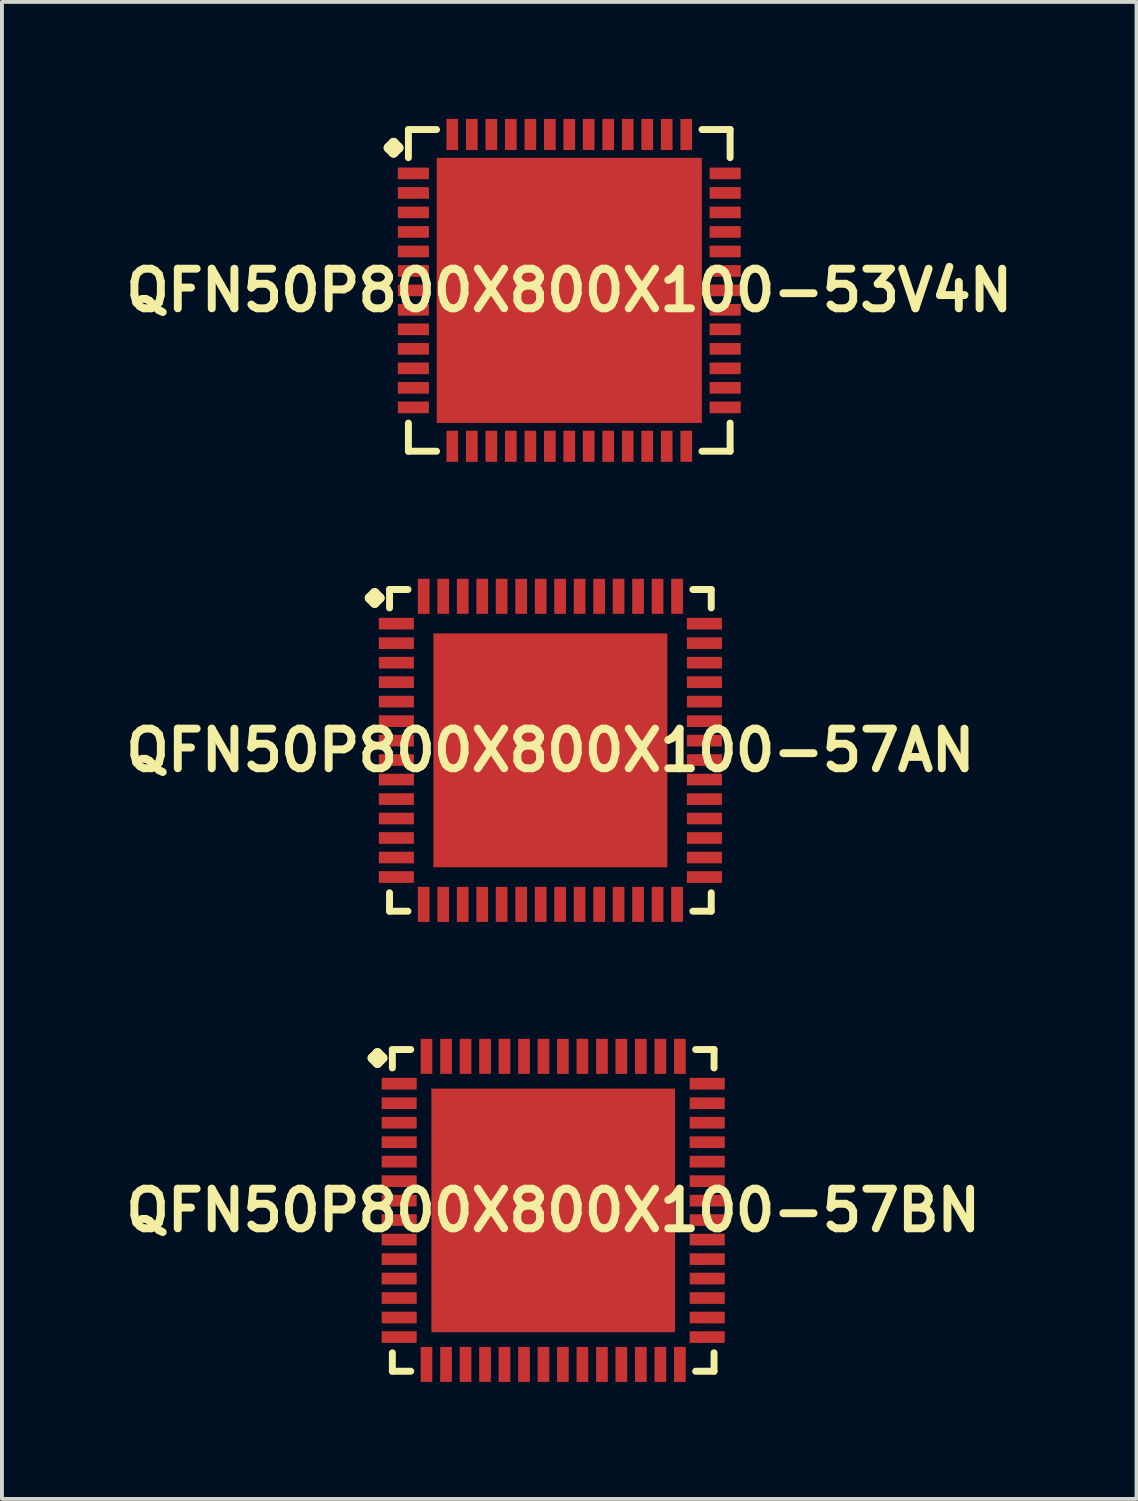
<source format=kicad_pcb>
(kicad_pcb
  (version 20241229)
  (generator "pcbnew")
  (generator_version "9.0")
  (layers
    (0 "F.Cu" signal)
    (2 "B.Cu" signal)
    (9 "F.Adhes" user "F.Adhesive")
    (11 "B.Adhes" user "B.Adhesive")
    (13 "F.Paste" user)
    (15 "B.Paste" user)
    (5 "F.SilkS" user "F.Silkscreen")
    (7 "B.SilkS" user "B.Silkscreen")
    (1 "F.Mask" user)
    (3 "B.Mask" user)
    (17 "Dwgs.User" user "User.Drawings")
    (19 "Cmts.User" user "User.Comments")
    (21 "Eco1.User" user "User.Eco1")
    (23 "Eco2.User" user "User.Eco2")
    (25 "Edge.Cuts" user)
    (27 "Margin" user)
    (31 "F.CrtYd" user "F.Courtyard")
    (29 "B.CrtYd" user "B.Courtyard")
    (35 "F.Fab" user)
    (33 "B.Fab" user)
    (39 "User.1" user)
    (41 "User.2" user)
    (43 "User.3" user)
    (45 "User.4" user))
  (footprint "QFN50P800X800X100-57BN"
    (layer "F.Cu")
    (at 11.137 27.991)
    (property "Reference" "QFN50P800X800X100-57BN" (at 0 0 0) (layer "F.SilkS") (effects (font (size 1.016 1.016) (thickness 0.203))))
    (attr smd)
    (fp_line (start -4.633 -3.907) (end -4.506 -4.034) (stroke (width 0.254) (type solid)) (layer "F.SilkS"))
    (fp_line (start -4.506 -4.034) (end -4.379 -3.907) (stroke (width 0.254) (type solid)) (layer "F.SilkS"))
    (fp_line (start -4.506 -3.78) (end -4.633 -3.907) (stroke (width 0.254) (type solid)) (layer "F.SilkS"))
    (fp_line (start -4.379 -3.907) (end -4.506 -3.78) (stroke (width 0.254) (type solid)) (layer "F.SilkS"))
    (fp_line (start -4.125 -4.125) (end -3.653 -4.125) (stroke (width 0.178) (type solid)) (layer "F.SilkS"))
    (fp_line (start -4.125 -3.653) (end -4.125 -4.125) (stroke (width 0.178) (type solid)) (layer "F.SilkS"))
    (fp_line (start -4.125 3.653) (end -4.125 4.125) (stroke (width 0.178) (type solid)) (layer "F.SilkS"))
    (fp_line (start -4.125 4.125) (end -3.653 4.125) (stroke (width 0.178) (type solid)) (layer "F.SilkS"))
    (fp_line (start 3.653 -4.125) (end 4.125 -4.125) (stroke (width 0.178) (type solid)) (layer "F.SilkS"))
    (fp_line (start 3.653 4.125) (end 4.125 4.125) (stroke (width 0.178) (type solid)) (layer "F.SilkS"))
    (fp_line (start 4.125 -4.125) (end 4.125 -3.653) (stroke (width 0.178) (type solid)) (layer "F.SilkS"))
    (fp_line (start 4.125 4.125) (end 4.125 3.653) (stroke (width 0.178) (type solid)) (layer "F.SilkS"))
    (pad "1" smd rect (at -3.95 -3.249) (size 0.899 0.3) (layers "F.Cu" "F.Mask" "F.Paste"))
    (pad "2" smd rect (at -3.95 -2.748) (size 0.899 0.3) (layers "F.Cu" "F.Mask" "F.Paste"))
    (pad "3" smd rect (at -3.95 -2.248) (size 0.899 0.3) (layers "F.Cu" "F.Mask" "F.Paste"))
    (pad "4" smd rect (at -3.95 -1.748) (size 0.899 0.3) (layers "F.Cu" "F.Mask" "F.Paste"))
    (pad "5" smd rect (at -3.95 -1.25) (size 0.899 0.3) (layers "F.Cu" "F.Mask" "F.Paste"))
    (pad "6" smd rect (at -3.95 -0.749) (size 0.899 0.3) (layers "F.Cu" "F.Mask" "F.Paste"))
    (pad "7" smd rect (at -3.95 -0.249) (size 0.899 0.3) (layers "F.Cu" "F.Mask" "F.Paste"))
    (pad "8" smd rect (at -3.95 0.249) (size 0.899 0.3) (layers "F.Cu" "F.Mask" "F.Paste"))
    (pad "9" smd rect (at -3.95 0.749) (size 0.899 0.3) (layers "F.Cu" "F.Mask" "F.Paste"))
    (pad "10" smd rect (at -3.95 1.25) (size 0.899 0.3) (layers "F.Cu" "F.Mask" "F.Paste"))
    (pad "11" smd rect (at -3.95 1.748) (size 0.899 0.3) (layers "F.Cu" "F.Mask" "F.Paste"))
    (pad "12" smd rect (at -3.95 2.248) (size 0.899 0.3) (layers "F.Cu" "F.Mask" "F.Paste"))
    (pad "13" smd rect (at -3.95 2.748) (size 0.899 0.3) (layers "F.Cu" "F.Mask" "F.Paste"))
    (pad "14" smd rect (at -3.95 3.249) (size 0.899 0.3) (layers "F.Cu" "F.Mask" "F.Paste"))
    (pad "15" smd rect (at -3.249 3.95) (size 0.3 0.899) (layers "F.Cu" "F.Mask" "F.Paste"))
    (pad "16" smd rect (at -2.748 3.95) (size 0.3 0.899) (layers "F.Cu" "F.Mask" "F.Paste"))
    (pad "17" smd rect (at -2.248 3.95) (size 0.3 0.899) (layers "F.Cu" "F.Mask" "F.Paste"))
    (pad "18" smd rect (at -1.748 3.95) (size 0.3 0.899) (layers "F.Cu" "F.Mask" "F.Paste"))
    (pad "19" smd rect (at -1.25 3.95) (size 0.3 0.899) (layers "F.Cu" "F.Mask" "F.Paste"))
    (pad "20" smd rect (at -0.749 3.95) (size 0.3 0.899) (layers "F.Cu" "F.Mask" "F.Paste"))
    (pad "21" smd rect (at -0.249 3.95) (size 0.3 0.899) (layers "F.Cu" "F.Mask" "F.Paste"))
    (pad "22" smd rect (at 0.249 3.95) (size 0.3 0.899) (layers "F.Cu" "F.Mask" "F.Paste"))
    (pad "23" smd rect (at 0.749 3.95) (size 0.3 0.899) (layers "F.Cu" "F.Mask" "F.Paste"))
    (pad "24" smd rect (at 1.25 3.95) (size 0.3 0.899) (layers "F.Cu" "F.Mask" "F.Paste"))
    (pad "25" smd rect (at 1.748 3.95) (size 0.3 0.899) (layers "F.Cu" "F.Mask" "F.Paste"))
    (pad "26" smd rect (at 2.248 3.95) (size 0.3 0.899) (layers "F.Cu" "F.Mask" "F.Paste"))
    (pad "27" smd rect (at 2.748 3.95) (size 0.3 0.899) (layers "F.Cu" "F.Mask" "F.Paste"))
    (pad "28" smd rect (at 3.249 3.95) (size 0.3 0.899) (layers "F.Cu" "F.Mask" "F.Paste"))
    (pad "29" smd rect (at 3.95 3.249) (size 0.899 0.3) (layers "F.Cu" "F.Mask" "F.Paste"))
    (pad "30" smd rect (at 3.95 2.748) (size 0.899 0.3) (layers "F.Cu" "F.Mask" "F.Paste"))
    (pad "31" smd rect (at 3.95 2.248) (size 0.899 0.3) (layers "F.Cu" "F.Mask" "F.Paste"))
    (pad "32" smd rect (at 3.95 1.748) (size 0.899 0.3) (layers "F.Cu" "F.Mask" "F.Paste"))
    (pad "33" smd rect (at 3.95 1.25) (size 0.899 0.3) (layers "F.Cu" "F.Mask" "F.Paste"))
    (pad "34" smd rect (at 3.95 0.749) (size 0.899 0.3) (layers "F.Cu" "F.Mask" "F.Paste"))
    (pad "35" smd rect (at 3.95 0.249) (size 0.899 0.3) (layers "F.Cu" "F.Mask" "F.Paste"))
    (pad "36" smd rect (at 3.95 -0.249) (size 0.899 0.3) (layers "F.Cu" "F.Mask" "F.Paste"))
    (pad "37" smd rect (at 3.95 -0.749) (size 0.899 0.3) (layers "F.Cu" "F.Mask" "F.Paste"))
    (pad "38" smd rect (at 3.95 -1.25) (size 0.899 0.3) (layers "F.Cu" "F.Mask" "F.Paste"))
    (pad "39" smd rect (at 3.95 -1.748) (size 0.899 0.3) (layers "F.Cu" "F.Mask" "F.Paste"))
    (pad "40" smd rect (at 3.95 -2.248) (size 0.899 0.3) (layers "F.Cu" "F.Mask" "F.Paste"))
    (pad "41" smd rect (at 3.95 -2.748) (size 0.899 0.3) (layers "F.Cu" "F.Mask" "F.Paste"))
    (pad "42" smd rect (at 3.95 -3.249) (size 0.899 0.3) (layers "F.Cu" "F.Mask" "F.Paste"))
    (pad "43" smd rect (at 3.249 -3.95) (size 0.3 0.899) (layers "F.Cu" "F.Mask" "F.Paste"))
    (pad "44" smd rect (at 2.748 -3.95) (size 0.3 0.899) (layers "F.Cu" "F.Mask" "F.Paste"))
    (pad "45" smd rect (at 2.248 -3.95) (size 0.3 0.899) (layers "F.Cu" "F.Mask" "F.Paste"))
    (pad "46" smd rect (at 1.748 -3.95) (size 0.3 0.899) (layers "F.Cu" "F.Mask" "F.Paste"))
    (pad "47" smd rect (at 1.25 -3.95) (size 0.3 0.899) (layers "F.Cu" "F.Mask" "F.Paste"))
    (pad "48" smd rect (at 0.749 -3.95) (size 0.3 0.899) (layers "F.Cu" "F.Mask" "F.Paste"))
    (pad "49" smd rect (at 0.249 -3.95) (size 0.3 0.899) (layers "F.Cu" "F.Mask" "F.Paste"))
    (pad "50" smd rect (at -0.249 -3.95) (size 0.3 0.899) (layers "F.Cu" "F.Mask" "F.Paste"))
    (pad "51" smd rect (at -0.749 -3.95) (size 0.3 0.899) (layers "F.Cu" "F.Mask" "F.Paste"))
    (pad "52" smd rect (at -1.25 -3.95) (size 0.3 0.899) (layers "F.Cu" "F.Mask" "F.Paste"))
    (pad "53" smd rect (at -1.748 -3.95) (size 0.3 0.899) (layers "F.Cu" "F.Mask" "F.Paste"))
    (pad "54" smd rect (at -2.248 -3.95) (size 0.3 0.899) (layers "F.Cu" "F.Mask" "F.Paste"))
    (pad "55" smd rect (at -2.748 -3.95) (size 0.3 0.899) (layers "F.Cu" "F.Mask" "F.Paste"))
    (pad "56" smd rect (at -3.249 -3.95) (size 0.3 0.899) (layers "F.Cu" "F.Mask" "F.Paste"))
    (pad "57" smd rect (at 0 0) (size 6.248 6.248) (layers "F.Cu" "F.Mask" "F.Paste")))
  (footprint "QFN50P800X800X100-57AN"
    (layer "F.Cu")
    (at 11.065 16.193)
    (property "Reference" "QFN50P800X800X100-57AN" (at 0 0 0) (layer "F.SilkS") (effects (font (size 1.016 1.016) (thickness 0.203))))
    (attr smd)
    (fp_line (start -4.633 -3.907) (end -4.506 -4.034) (stroke (width 0.254) (type solid)) (layer "F.SilkS"))
    (fp_line (start -4.506 -4.034) (end -4.379 -3.907) (stroke (width 0.254) (type solid)) (layer "F.SilkS"))
    (fp_line (start -4.506 -3.78) (end -4.633 -3.907) (stroke (width 0.254) (type solid)) (layer "F.SilkS"))
    (fp_line (start -4.379 -3.907) (end -4.506 -3.78) (stroke (width 0.254) (type solid)) (layer "F.SilkS"))
    (fp_line (start -4.125 -4.125) (end -3.653 -4.125) (stroke (width 0.178) (type solid)) (layer "F.SilkS"))
    (fp_line (start -4.125 -3.653) (end -4.125 -4.125) (stroke (width 0.178) (type solid)) (layer "F.SilkS"))
    (fp_line (start -4.125 3.653) (end -4.125 4.125) (stroke (width 0.178) (type solid)) (layer "F.SilkS"))
    (fp_line (start -4.125 4.125) (end -3.653 4.125) (stroke (width 0.178) (type solid)) (layer "F.SilkS"))
    (fp_line (start 3.653 -4.125) (end 4.125 -4.125) (stroke (width 0.178) (type solid)) (layer "F.SilkS"))
    (fp_line (start 3.653 4.125) (end 4.125 4.125) (stroke (width 0.178) (type solid)) (layer "F.SilkS"))
    (fp_line (start 4.125 -4.125) (end 4.125 -3.653) (stroke (width 0.178) (type solid)) (layer "F.SilkS"))
    (fp_line (start 4.125 4.125) (end 4.125 3.653) (stroke (width 0.178) (type solid)) (layer "F.SilkS"))
    (pad "1" smd rect (at -3.95 -3.249) (size 0.899 0.3) (layers "F.Cu" "F.Mask" "F.Paste"))
    (pad "2" smd rect (at -3.95 -2.748) (size 0.899 0.3) (layers "F.Cu" "F.Mask" "F.Paste"))
    (pad "3" smd rect (at -3.95 -2.248) (size 0.899 0.3) (layers "F.Cu" "F.Mask" "F.Paste"))
    (pad "4" smd rect (at -3.95 -1.748) (size 0.899 0.3) (layers "F.Cu" "F.Mask" "F.Paste"))
    (pad "5" smd rect (at -3.95 -1.25) (size 0.899 0.3) (layers "F.Cu" "F.Mask" "F.Paste"))
    (pad "6" smd rect (at -3.95 -0.749) (size 0.899 0.3) (layers "F.Cu" "F.Mask" "F.Paste"))
    (pad "7" smd rect (at -3.95 -0.249) (size 0.899 0.3) (layers "F.Cu" "F.Mask" "F.Paste"))
    (pad "8" smd rect (at -3.95 0.249) (size 0.899 0.3) (layers "F.Cu" "F.Mask" "F.Paste"))
    (pad "9" smd rect (at -3.95 0.749) (size 0.899 0.3) (layers "F.Cu" "F.Mask" "F.Paste"))
    (pad "10" smd rect (at -3.95 1.25) (size 0.899 0.3) (layers "F.Cu" "F.Mask" "F.Paste"))
    (pad "11" smd rect (at -3.95 1.748) (size 0.899 0.3) (layers "F.Cu" "F.Mask" "F.Paste"))
    (pad "12" smd rect (at -3.95 2.248) (size 0.899 0.3) (layers "F.Cu" "F.Mask" "F.Paste"))
    (pad "13" smd rect (at -3.95 2.748) (size 0.899 0.3) (layers "F.Cu" "F.Mask" "F.Paste"))
    (pad "14" smd rect (at -3.95 3.249) (size 0.899 0.3) (layers "F.Cu" "F.Mask" "F.Paste"))
    (pad "15" smd rect (at -3.249 3.95) (size 0.3 0.899) (layers "F.Cu" "F.Mask" "F.Paste"))
    (pad "16" smd rect (at -2.748 3.95) (size 0.3 0.899) (layers "F.Cu" "F.Mask" "F.Paste"))
    (pad "17" smd rect (at -2.248 3.95) (size 0.3 0.899) (layers "F.Cu" "F.Mask" "F.Paste"))
    (pad "18" smd rect (at -1.748 3.95) (size 0.3 0.899) (layers "F.Cu" "F.Mask" "F.Paste"))
    (pad "19" smd rect (at -1.25 3.95) (size 0.3 0.899) (layers "F.Cu" "F.Mask" "F.Paste"))
    (pad "20" smd rect (at -0.749 3.95) (size 0.3 0.899) (layers "F.Cu" "F.Mask" "F.Paste"))
    (pad "21" smd rect (at -0.249 3.95) (size 0.3 0.899) (layers "F.Cu" "F.Mask" "F.Paste"))
    (pad "22" smd rect (at 0.249 3.95) (size 0.3 0.899) (layers "F.Cu" "F.Mask" "F.Paste"))
    (pad "23" smd rect (at 0.749 3.95) (size 0.3 0.899) (layers "F.Cu" "F.Mask" "F.Paste"))
    (pad "24" smd rect (at 1.25 3.95) (size 0.3 0.899) (layers "F.Cu" "F.Mask" "F.Paste"))
    (pad "25" smd rect (at 1.748 3.95) (size 0.3 0.899) (layers "F.Cu" "F.Mask" "F.Paste"))
    (pad "26" smd rect (at 2.248 3.95) (size 0.3 0.899) (layers "F.Cu" "F.Mask" "F.Paste"))
    (pad "27" smd rect (at 2.748 3.95) (size 0.3 0.899) (layers "F.Cu" "F.Mask" "F.Paste"))
    (pad "28" smd rect (at 3.249 3.95) (size 0.3 0.899) (layers "F.Cu" "F.Mask" "F.Paste"))
    (pad "29" smd rect (at 3.95 3.249) (size 0.899 0.3) (layers "F.Cu" "F.Mask" "F.Paste"))
    (pad "30" smd rect (at 3.95 2.748) (size 0.899 0.3) (layers "F.Cu" "F.Mask" "F.Paste"))
    (pad "31" smd rect (at 3.95 2.248) (size 0.899 0.3) (layers "F.Cu" "F.Mask" "F.Paste"))
    (pad "32" smd rect (at 3.95 1.748) (size 0.899 0.3) (layers "F.Cu" "F.Mask" "F.Paste"))
    (pad "33" smd rect (at 3.95 1.25) (size 0.899 0.3) (layers "F.Cu" "F.Mask" "F.Paste"))
    (pad "34" smd rect (at 3.95 0.749) (size 0.899 0.3) (layers "F.Cu" "F.Mask" "F.Paste"))
    (pad "35" smd rect (at 3.95 0.249) (size 0.899 0.3) (layers "F.Cu" "F.Mask" "F.Paste"))
    (pad "36" smd rect (at 3.95 -0.249) (size 0.899 0.3) (layers "F.Cu" "F.Mask" "F.Paste"))
    (pad "37" smd rect (at 3.95 -0.749) (size 0.899 0.3) (layers "F.Cu" "F.Mask" "F.Paste"))
    (pad "38" smd rect (at 3.95 -1.25) (size 0.899 0.3) (layers "F.Cu" "F.Mask" "F.Paste"))
    (pad "39" smd rect (at 3.95 -1.748) (size 0.899 0.3) (layers "F.Cu" "F.Mask" "F.Paste"))
    (pad "40" smd rect (at 3.95 -2.248) (size 0.899 0.3) (layers "F.Cu" "F.Mask" "F.Paste"))
    (pad "41" smd rect (at 3.95 -2.748) (size 0.899 0.3) (layers "F.Cu" "F.Mask" "F.Paste"))
    (pad "42" smd rect (at 3.95 -3.249) (size 0.899 0.3) (layers "F.Cu" "F.Mask" "F.Paste"))
    (pad "43" smd rect (at 3.249 -3.95) (size 0.3 0.899) (layers "F.Cu" "F.Mask" "F.Paste"))
    (pad "44" smd rect (at 2.748 -3.95) (size 0.3 0.899) (layers "F.Cu" "F.Mask" "F.Paste"))
    (pad "45" smd rect (at 2.248 -3.95) (size 0.3 0.899) (layers "F.Cu" "F.Mask" "F.Paste"))
    (pad "46" smd rect (at 1.748 -3.95) (size 0.3 0.899) (layers "F.Cu" "F.Mask" "F.Paste"))
    (pad "47" smd rect (at 1.25 -3.95) (size 0.3 0.899) (layers "F.Cu" "F.Mask" "F.Paste"))
    (pad "48" smd rect (at 0.749 -3.95) (size 0.3 0.899) (layers "F.Cu" "F.Mask" "F.Paste"))
    (pad "49" smd rect (at 0.249 -3.95) (size 0.3 0.899) (layers "F.Cu" "F.Mask" "F.Paste"))
    (pad "50" smd rect (at -0.249 -3.95) (size 0.3 0.899) (layers "F.Cu" "F.Mask" "F.Paste"))
    (pad "51" smd rect (at -0.749 -3.95) (size 0.3 0.899) (layers "F.Cu" "F.Mask" "F.Paste"))
    (pad "52" smd rect (at -1.25 -3.95) (size 0.3 0.899) (layers "F.Cu" "F.Mask" "F.Paste"))
    (pad "53" smd rect (at -1.748 -3.95) (size 0.3 0.899) (layers "F.Cu" "F.Mask" "F.Paste"))
    (pad "54" smd rect (at -2.248 -3.95) (size 0.3 0.899) (layers "F.Cu" "F.Mask" "F.Paste"))
    (pad "55" smd rect (at -2.748 -3.95) (size 0.3 0.899) (layers "F.Cu" "F.Mask" "F.Paste"))
    (pad "56" smd rect (at -3.249 -3.95) (size 0.3 0.899) (layers "F.Cu" "F.Mask" "F.Paste"))
    (pad "57" smd rect (at 0 0) (size 5.999 5.999) (layers "F.Cu" "F.Mask" "F.Paste")))
  (footprint "QFN50P800X800X100-53V4N"
    (layer "F.Cu")
    (at 11.549 4.397)
    (property "Reference" "QFN50P800X800X100-53V4N" (at 0 0 0) (layer "F.SilkS") (effects (font (size 1.016 1.016) (thickness 0.203))))
    (attr smd)
    (fp_line (start -4.633 -3.658) (end -4.506 -3.785) (stroke (width 0.254) (type solid)) (layer "F.SilkS"))
    (fp_line (start -4.506 -3.785) (end -4.379 -3.658) (stroke (width 0.254) (type solid)) (layer "F.SilkS"))
    (fp_line (start -4.506 -3.531) (end -4.633 -3.658) (stroke (width 0.254) (type solid)) (layer "F.SilkS"))
    (fp_line (start -4.379 -3.658) (end -4.506 -3.531) (stroke (width 0.254) (type solid)) (layer "F.SilkS"))
    (fp_line (start -4.125 -4.125) (end -3.404 -4.125) (stroke (width 0.178) (type solid)) (layer "F.SilkS"))
    (fp_line (start -4.125 -3.404) (end -4.125 -4.125) (stroke (width 0.178) (type solid)) (layer "F.SilkS"))
    (fp_line (start -4.125 3.404) (end -4.125 4.125) (stroke (width 0.178) (type solid)) (layer "F.SilkS"))
    (fp_line (start -4.125 4.125) (end -3.404 4.125) (stroke (width 0.178) (type solid)) (layer "F.SilkS"))
    (fp_line (start 3.404 -4.125) (end 4.125 -4.125) (stroke (width 0.178) (type solid)) (layer "F.SilkS"))
    (fp_line (start 3.404 4.125) (end 4.125 4.125) (stroke (width 0.178) (type solid)) (layer "F.SilkS"))
    (fp_line (start 4.125 -4.125) (end 4.125 -3.404) (stroke (width 0.178) (type solid)) (layer "F.SilkS"))
    (fp_line (start 4.125 4.125) (end 4.125 3.404) (stroke (width 0.178) (type solid)) (layer "F.SilkS"))
    (pad "1" smd rect (at -3.998 -3) (size 0.798 0.3) (layers "F.Cu" "F.Mask" "F.Paste"))
    (pad "2" smd rect (at -3.998 -2.499) (size 0.798 0.3) (layers "F.Cu" "F.Mask" "F.Paste"))
    (pad "3" smd rect (at -3.998 -1.999) (size 0.798 0.3) (layers "F.Cu" "F.Mask" "F.Paste"))
    (pad "4" smd rect (at -3.998 -1.499) (size 0.798 0.3) (layers "F.Cu" "F.Mask" "F.Paste"))
    (pad "5" smd rect (at -3.998 -0.998) (size 0.798 0.3) (layers "F.Cu" "F.Mask" "F.Paste"))
    (pad "6" smd rect (at -3.998 -0.498) (size 0.798 0.3) (layers "F.Cu" "F.Mask" "F.Paste"))
    (pad "7" smd rect (at -3.998 0) (size 0.798 0.3) (layers "F.Cu" "F.Mask" "F.Paste"))
    (pad "8" smd rect (at -3.998 0.498) (size 0.798 0.3) (layers "F.Cu" "F.Mask" "F.Paste"))
    (pad "9" smd rect (at -3.998 0.998) (size 0.798 0.3) (layers "F.Cu" "F.Mask" "F.Paste"))
    (pad "10" smd rect (at -3.998 1.499) (size 0.798 0.3) (layers "F.Cu" "F.Mask" "F.Paste"))
    (pad "11" smd rect (at -3.998 1.999) (size 0.798 0.3) (layers "F.Cu" "F.Mask" "F.Paste"))
    (pad "12" smd rect (at -3.998 2.499) (size 0.798 0.3) (layers "F.Cu" "F.Mask" "F.Paste"))
    (pad "13" smd rect (at -3.998 3) (size 0.798 0.3) (layers "F.Cu" "F.Mask" "F.Paste"))
    (pad "14" smd rect (at -3 3.998) (size 0.3 0.798) (layers "F.Cu" "F.Mask" "F.Paste"))
    (pad "15" smd rect (at -2.499 3.998) (size 0.3 0.798) (layers "F.Cu" "F.Mask" "F.Paste"))
    (pad "16" smd rect (at -1.999 3.998) (size 0.3 0.798) (layers "F.Cu" "F.Mask" "F.Paste"))
    (pad "17" smd rect (at -1.499 3.998) (size 0.3 0.798) (layers "F.Cu" "F.Mask" "F.Paste"))
    (pad "18" smd rect (at -0.998 3.998) (size 0.3 0.798) (layers "F.Cu" "F.Mask" "F.Paste"))
    (pad "19" smd rect (at -0.498 3.998) (size 0.3 0.798) (layers "F.Cu" "F.Mask" "F.Paste"))
    (pad "20" smd rect (at 0 3.998) (size 0.3 0.798) (layers "F.Cu" "F.Mask" "F.Paste"))
    (pad "21" smd rect (at 0.498 3.998) (size 0.3 0.798) (layers "F.Cu" "F.Mask" "F.Paste"))
    (pad "22" smd rect (at 0.998 3.998) (size 0.3 0.798) (layers "F.Cu" "F.Mask" "F.Paste"))
    (pad "23" smd rect (at 1.499 3.998) (size 0.3 0.798) (layers "F.Cu" "F.Mask" "F.Paste"))
    (pad "24" smd rect (at 1.999 3.998) (size 0.3 0.798) (layers "F.Cu" "F.Mask" "F.Paste"))
    (pad "25" smd rect (at 2.499 3.998) (size 0.3 0.798) (layers "F.Cu" "F.Mask" "F.Paste"))
    (pad "26" smd rect (at 3 3.998) (size 0.3 0.798) (layers "F.Cu" "F.Mask" "F.Paste"))
    (pad "27" smd rect (at 3.998 3) (size 0.798 0.3) (layers "F.Cu" "F.Mask" "F.Paste"))
    (pad "28" smd rect (at 3.998 2.499) (size 0.798 0.3) (layers "F.Cu" "F.Mask" "F.Paste"))
    (pad "29" smd rect (at 3.998 1.999) (size 0.798 0.3) (layers "F.Cu" "F.Mask" "F.Paste"))
    (pad "30" smd rect (at 3.998 1.499) (size 0.798 0.3) (layers "F.Cu" "F.Mask" "F.Paste"))
    (pad "31" smd rect (at 3.998 0.998) (size 0.798 0.3) (layers "F.Cu" "F.Mask" "F.Paste"))
    (pad "32" smd rect (at 3.998 0.498) (size 0.798 0.3) (layers "F.Cu" "F.Mask" "F.Paste"))
    (pad "33" smd rect (at 3.998 0) (size 0.798 0.3) (layers "F.Cu" "F.Mask" "F.Paste"))
    (pad "34" smd rect (at 3.998 -0.498) (size 0.798 0.3) (layers "F.Cu" "F.Mask" "F.Paste"))
    (pad "35" smd rect (at 3.998 -0.998) (size 0.798 0.3) (layers "F.Cu" "F.Mask" "F.Paste"))
    (pad "36" smd rect (at 3.998 -1.499) (size 0.798 0.3) (layers "F.Cu" "F.Mask" "F.Paste"))
    (pad "37" smd rect (at 3.998 -1.999) (size 0.798 0.3) (layers "F.Cu" "F.Mask" "F.Paste"))
    (pad "38" smd rect (at 3.998 -2.499) (size 0.798 0.3) (layers "F.Cu" "F.Mask" "F.Paste"))
    (pad "39" smd rect (at 3.998 -3) (size 0.798 0.3) (layers "F.Cu" "F.Mask" "F.Paste"))
    (pad "40" smd rect (at 3 -3.998) (size 0.3 0.798) (layers "F.Cu" "F.Mask" "F.Paste"))
    (pad "41" smd rect (at 2.499 -3.998) (size 0.3 0.798) (layers "F.Cu" "F.Mask" "F.Paste"))
    (pad "42" smd rect (at 1.999 -3.998) (size 0.3 0.798) (layers "F.Cu" "F.Mask" "F.Paste"))
    (pad "43" smd rect (at 1.499 -3.998) (size 0.3 0.798) (layers "F.Cu" "F.Mask" "F.Paste"))
    (pad "44" smd rect (at 0.998 -3.998) (size 0.3 0.798) (layers "F.Cu" "F.Mask" "F.Paste"))
    (pad "45" smd rect (at 0.498 -3.998) (size 0.3 0.798) (layers "F.Cu" "F.Mask" "F.Paste"))
    (pad "46" smd rect (at 0 -3.998) (size 0.3 0.798) (layers "F.Cu" "F.Mask" "F.Paste"))
    (pad "47" smd rect (at -0.498 -3.998) (size 0.3 0.798) (layers "F.Cu" "F.Mask" "F.Paste"))
    (pad "48" smd rect (at -0.998 -3.998) (size 0.3 0.798) (layers "F.Cu" "F.Mask" "F.Paste"))
    (pad "49" smd rect (at -1.499 -3.998) (size 0.3 0.798) (layers "F.Cu" "F.Mask" "F.Paste"))
    (pad "50" smd rect (at -1.999 -3.998) (size 0.3 0.798) (layers "F.Cu" "F.Mask" "F.Paste"))
    (pad "51" smd rect (at -2.499 -3.998) (size 0.3 0.798) (layers "F.Cu" "F.Mask" "F.Paste"))
    (pad "52" smd rect (at -3 -3.998) (size 0.3 0.798) (layers "F.Cu" "F.Mask" "F.Paste"))
    (pad "53" smd rect (at 0 0) (size 6.8 6.8) (layers "F.Cu" "F.Mask" "F.Paste")))
  (gr_rect
    (start -3 -3)
    (end 26.097 35.391)
    (stroke (width 0.1) (type default))
    (fill no)
    (layer "Edge.Cuts")))
</source>
